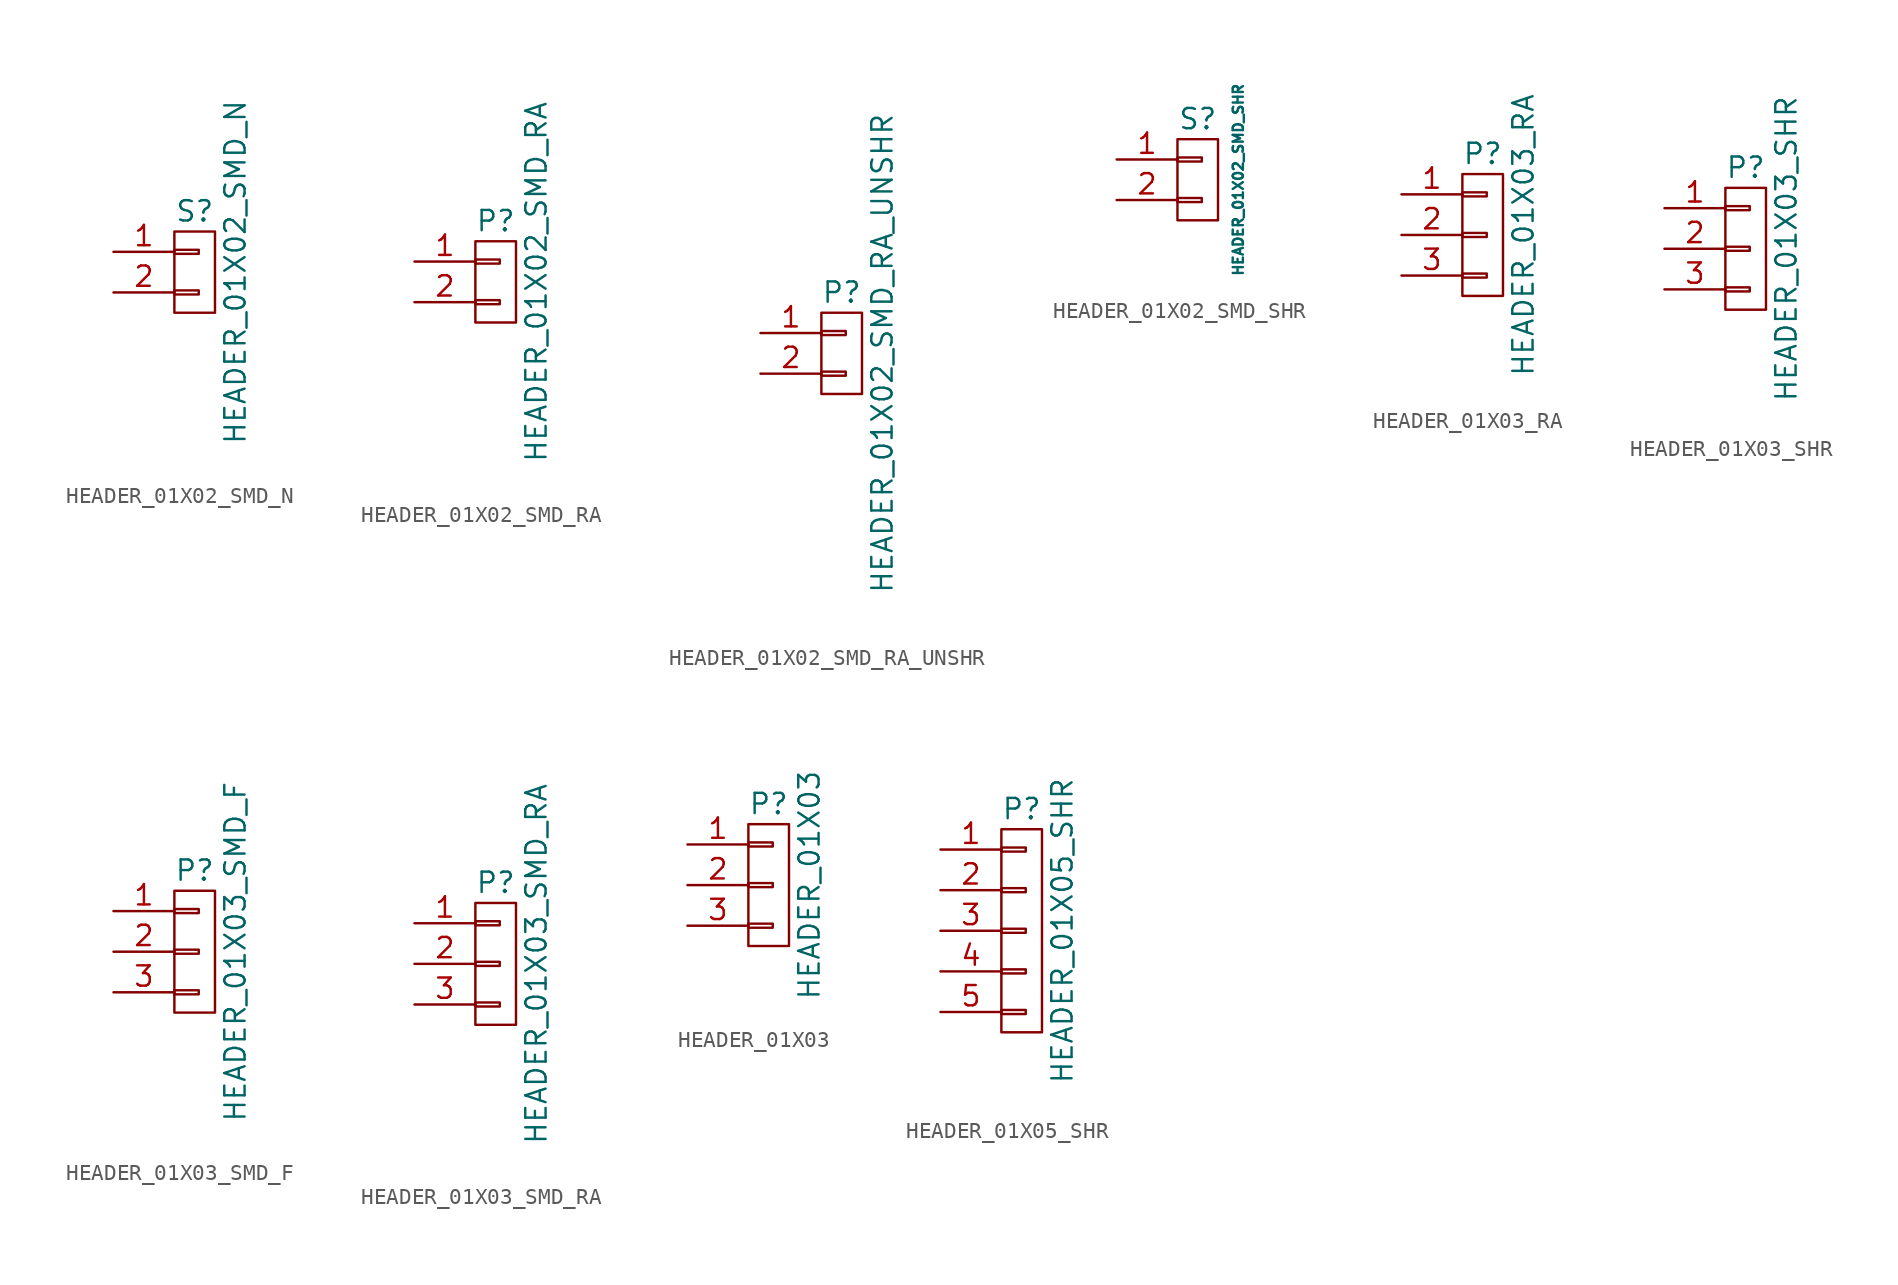
<source format=kicad_sym>
(kicad_symbol_lib
  (version 20211014)
  (generator kicad_symbol_editor)
  (symbol "HEADER_01X02_SMD_N"
    (pin_names
      (offset 1.016) hide)
    (property "Reference" "S"
      (at 0 3.81 0)
      (effects (font (size 1.27 1.27))))
    (property "Value" "HEADER_01X02_SMD_N"
      (at 2.54 0 90)
      (effects (font (size 1.27 1.27))))
    (property "Datasheet" ""
      (at 0 0 0)
      (effects (font (size 1.524 1.524))))
    (symbol "HEADER_01X02_SMD_N_0_1"
      (rectangle (start -1.27 -1.143) (end 0.254 -1.397) (stroke (width 0) (type default) (color 0 0 0 0)) (fill (type none)))
      (rectangle (start -1.27 1.397) (end 0.254 1.143) (stroke (width 0) (type default) (color 0 0 0 0)) (fill (type none)))
      (rectangle (start -1.27 2.54) (end 1.27 -2.54) (stroke (width 0) (type default) (color 0 0 0 0)) (fill (type none))))
    (symbol "HEADER_01X02_SMD_N_1_1"
      (pin passive line (at -5.08 1.27 0) (length 3.81) (name "P1" (effects (font (size 1.27 1.27)))) (number "1" (effects (font (size 1.27 1.27)))))
      (pin passive line (at -5.08 -1.27 0) (length 3.81) (name "P2" (effects (font (size 1.27 1.27)))) (number "2" (effects (font (size 1.27 1.27)))))))
  (symbol "HEADER_01X02_SMD_RA"
    (pin_names
      (offset 1.016) hide)
    (property "Reference" "P"
      (at 0 3.81 0)
      (effects (font (size 1.27 1.27))))
    (property "Value" "HEADER_01X02_SMD_RA"
      (at 2.54 0 90)
      (effects (font (size 1.27 1.27))))
    (property "Datasheet" ""
      (at 0 3.81 0)
      (effects (font (size 1.27 1.27))))
    (symbol "HEADER_01X02_SMD_RA_0_1"
      (rectangle (start -1.27 -1.143) (end 0.254 -1.397) (stroke (width 0) (type default) (color 0 0 0 0)) (fill (type none)))
      (rectangle (start -1.27 1.397) (end 0.254 1.143) (stroke (width 0) (type default) (color 0 0 0 0)) (fill (type none)))
      (rectangle (start -1.27 2.54) (end 1.27 -2.54) (stroke (width 0) (type default) (color 0 0 0 0)) (fill (type none))))
    (symbol "HEADER_01X02_SMD_RA_1_1"
      (pin passive line (at -5.08 1.27 0) (length 3.81) (name "P1" (effects (font (size 1.27 1.27)))) (number "1" (effects (font (size 1.27 1.27)))))
      (pin passive line (at -5.08 -1.27 0) (length 3.81) (name "P2" (effects (font (size 1.27 1.27)))) (number "2" (effects (font (size 1.27 1.27)))))))
  (symbol "HEADER_01X02_SMD_RA_UNSHR"
    (pin_names
      (offset 1.016) hide)
    (property "Reference" "P"
      (at 0 3.81 0)
      (effects (font (size 1.27 1.27))))
    (property "Value" "HEADER_01X02_SMD_RA_UNSHR"
      (at 2.54 0 90)
      (effects (font (size 1.27 1.27))))
    (property "Datasheet" ""
      (at 0 3.81 0)
      (effects (font (size 1.27 1.27))))
    (symbol "HEADER_01X02_SMD_RA_UNSHR_0_1"
      (rectangle (start -1.27 -1.143) (end 0.254 -1.397) (stroke (width 0) (type default) (color 0 0 0 0)) (fill (type none)))
      (rectangle (start -1.27 1.397) (end 0.254 1.143) (stroke (width 0) (type default) (color 0 0 0 0)) (fill (type none)))
      (rectangle (start -1.27 2.54) (end 1.27 -2.54) (stroke (width 0) (type default) (color 0 0 0 0)) (fill (type none))))
    (symbol "HEADER_01X02_SMD_RA_UNSHR_1_1"
      (pin passive line (at -5.08 1.27 0) (length 3.81) (name "P1" (effects (font (size 1.27 1.27)))) (number "1" (effects (font (size 1.27 1.27)))))
      (pin passive line (at -5.08 -1.27 0) (length 3.81) (name "P2" (effects (font (size 1.27 1.27)))) (number "2" (effects (font (size 1.27 1.27)))))))
  (symbol "HEADER_01X02_SMD_SHR"
    (pin_names
      (offset 1.016) hide)
    (property "Reference" "S"
      (at 0 3.81 0)
      (effects (font (size 1.27 1.27))))
    (property "Value" "HEADER_01X02_SMD_SHR"
      (at 2.54 0 90)
      (effects (font (size 0.635 0.635))))
    (property "Datasheet" ""
      (at 0 0 0)
      (effects (font (size 1.524 1.524))))
    (symbol "HEADER_01X02_SMD_SHR_0_1"
      (rectangle (start -1.27 -1.143) (end 0.254 -1.397) (stroke (width 0) (type default) (color 0 0 0 0)) (fill (type none)))
      (rectangle (start -1.27 1.397) (end 0.254 1.143) (stroke (width 0) (type default) (color 0 0 0 0)) (fill (type none)))
      (rectangle (start -1.27 2.54) (end 1.27 -2.54) (stroke (width 0) (type default) (color 0 0 0 0)) (fill (type none))))
    (symbol "HEADER_01X02_SMD_SHR_1_1"
      (pin passive line (at -5.08 1.27 0) (length 3.81) (name "P1" (effects (font (size 1.27 1.27)))) (number "1" (effects (font (size 1.27 1.27)))))
      (pin passive line (at -5.08 -1.27 0) (length 3.81) (name "P2" (effects (font (size 1.27 1.27)))) (number "2" (effects (font (size 1.27 1.27)))))))
  (symbol "HEADER_01X03_RA"
    (pin_names
      (offset 1.016) hide)
    (property "Reference" "P"
      (at 0 5.08 0)
      (effects (font (size 1.27 1.27))))
    (property "Value" "HEADER_01X03_RA"
      (at 2.54 0 90)
      (effects (font (size 1.27 1.27))))
    (property "Datasheet" ""
      (at 0 0 0)
      (effects (font (size 1.524 1.524))))
    (symbol "HEADER_01X03_RA_0_1"
      (rectangle (start -1.27 -2.413) (end 0.254 -2.667) (stroke (width 0) (type default) (color 0 0 0 0)) (fill (type none)))
      (rectangle (start -1.27 0.127) (end 0.254 -0.127) (stroke (width 0) (type default) (color 0 0 0 0)) (fill (type none)))
      (rectangle (start -1.27 2.667) (end 0.254 2.413) (stroke (width 0) (type default) (color 0 0 0 0)) (fill (type none)))
      (rectangle (start -1.27 3.81) (end 1.27 -3.81) (stroke (width 0) (type default) (color 0 0 0 0)) (fill (type none))))
    (symbol "HEADER_01X03_RA_1_1"
      (pin passive line (at -5.08 2.54 0) (length 3.81) (name "P1" (effects (font (size 1.27 1.27)))) (number "1" (effects (font (size 1.27 1.27)))))
      (pin passive line (at -5.08 0 0) (length 3.81) (name "P2" (effects (font (size 1.27 1.27)))) (number "2" (effects (font (size 1.27 1.27)))))
      (pin passive line (at -5.08 -2.54 0) (length 3.81) (name "P3" (effects (font (size 1.27 1.27)))) (number "3" (effects (font (size 1.27 1.27)))))))
  (symbol "HEADER_01X03_SHR"
    (pin_names
      (offset 1.016) hide)
    (property "Reference" "P"
      (at 0 5.08 0)
      (effects (font (size 1.27 1.27))))
    (property "Value" "HEADER_01X03_SHR"
      (at 2.54 0 90)
      (effects (font (size 1.27 1.27))))
    (property "Datasheet" ""
      (at 0 0 0)
      (effects (font (size 1.524 1.524))))
    (symbol "HEADER_01X03_SHR_0_1"
      (rectangle (start -1.27 -2.413) (end 0.254 -2.667) (stroke (width 0) (type default) (color 0 0 0 0)) (fill (type none)))
      (rectangle (start -1.27 0.127) (end 0.254 -0.127) (stroke (width 0) (type default) (color 0 0 0 0)) (fill (type none)))
      (rectangle (start -1.27 2.667) (end 0.254 2.413) (stroke (width 0) (type default) (color 0 0 0 0)) (fill (type none)))
      (rectangle (start -1.27 3.81) (end 1.27 -3.81) (stroke (width 0) (type default) (color 0 0 0 0)) (fill (type none))))
    (symbol "HEADER_01X03_SHR_1_1"
      (pin passive line (at -5.08 2.54 0) (length 3.81) (name "P1" (effects (font (size 1.27 1.27)))) (number "1" (effects (font (size 1.27 1.27)))))
      (pin passive line (at -5.08 0 0) (length 3.81) (name "P2" (effects (font (size 1.27 1.27)))) (number "2" (effects (font (size 1.27 1.27)))))
      (pin passive line (at -5.08 -2.54 0) (length 3.81) (name "P3" (effects (font (size 1.27 1.27)))) (number "3" (effects (font (size 1.27 1.27)))))))
  (symbol "HEADER_01X03_SMD_F"
    (pin_names
      (offset 1.016) hide)
    (property "Reference" "P"
      (at 0 5.08 0)
      (effects (font (size 1.27 1.27))))
    (property "Value" "HEADER_01X03_SMD_F"
      (at 2.54 0 90)
      (effects (font (size 1.27 1.27))))
    (property "Datasheet" ""
      (at 0 5.08 0)
      (effects (font (size 1.524 1.524))))
    (symbol "HEADER_01X03_SMD_F_0_1"
      (rectangle (start -1.27 -2.413) (end 0.254 -2.667) (stroke (width 0) (type default) (color 0 0 0 0)) (fill (type none)))
      (rectangle (start -1.27 0.127) (end 0.254 -0.127) (stroke (width 0) (type default) (color 0 0 0 0)) (fill (type none)))
      (rectangle (start -1.27 2.667) (end 0.254 2.413) (stroke (width 0) (type default) (color 0 0 0 0)) (fill (type none)))
      (rectangle (start -1.27 3.81) (end 1.27 -3.81) (stroke (width 0) (type default) (color 0 0 0 0)) (fill (type none))))
    (symbol "HEADER_01X03_SMD_F_1_1"
      (pin passive line (at -5.08 2.54 0) (length 3.81) (name "P1" (effects (font (size 1.27 1.27)))) (number "1" (effects (font (size 1.27 1.27)))))
      (pin passive line (at -5.08 0 0) (length 3.81) (name "P2" (effects (font (size 1.27 1.27)))) (number "2" (effects (font (size 1.27 1.27)))))
      (pin passive line (at -5.08 -2.54 0) (length 3.81) (name "P3" (effects (font (size 1.27 1.27)))) (number "3" (effects (font (size 1.27 1.27)))))))
  (symbol "HEADER_01X03_SMD_RA"
    (pin_names
      (offset 1.016) hide)
    (property "Reference" "P"
      (at 0 5.08 0)
      (effects (font (size 1.27 1.27))))
    (property "Value" "HEADER_01X03_SMD_RA"
      (at 2.54 0 90)
      (effects (font (size 1.27 1.27))))
    (property "Datasheet" ""
      (at 0 5.08 0)
      (effects (font (size 1.524 1.524))))
    (symbol "HEADER_01X03_SMD_RA_0_1"
      (rectangle (start -1.27 -2.413) (end 0.254 -2.667) (stroke (width 0) (type default) (color 0 0 0 0)) (fill (type none)))
      (rectangle (start -1.27 0.127) (end 0.254 -0.127) (stroke (width 0) (type default) (color 0 0 0 0)) (fill (type none)))
      (rectangle (start -1.27 2.667) (end 0.254 2.413) (stroke (width 0) (type default) (color 0 0 0 0)) (fill (type none)))
      (rectangle (start -1.27 3.81) (end 1.27 -3.81) (stroke (width 0) (type default) (color 0 0 0 0)) (fill (type none))))
    (symbol "HEADER_01X03_SMD_RA_1_1"
      (pin passive line (at -5.08 2.54 0) (length 3.81) (name "P1" (effects (font (size 1.27 1.27)))) (number "1" (effects (font (size 1.27 1.27)))))
      (pin passive line (at -5.08 0 0) (length 3.81) (name "P2" (effects (font (size 1.27 1.27)))) (number "2" (effects (font (size 1.27 1.27)))))
      (pin passive line (at -5.08 -2.54 0) (length 3.81) (name "P3" (effects (font (size 1.27 1.27)))) (number "3" (effects (font (size 1.27 1.27)))))))
  (symbol "HEADER_01X03"
    (pin_names
      (offset 1.016) hide)
    (property "Reference" "P"
      (at 0 5.08 0)
      (effects (font (size 1.27 1.27))))
    (property "Value" "HEADER_01X03"
      (at 2.54 0 90)
      (effects (font (size 1.27 1.27))))
    (property "Datasheet" ""
      (at 0 0 0)
      (effects (font (size 1.524 1.524))))
    (symbol "HEADER_01X03_0_1"
      (rectangle (start -1.27 -2.413) (end 0.254 -2.667) (stroke (width 0) (type default) (color 0 0 0 0)) (fill (type none)))
      (rectangle (start -1.27 0.127) (end 0.254 -0.127) (stroke (width 0) (type default) (color 0 0 0 0)) (fill (type none)))
      (rectangle (start -1.27 2.667) (end 0.254 2.413) (stroke (width 0) (type default) (color 0 0 0 0)) (fill (type none)))
      (rectangle (start -1.27 3.81) (end 1.27 -3.81) (stroke (width 0) (type default) (color 0 0 0 0)) (fill (type none))))
    (symbol "HEADER_01X03_1_1"
      (pin passive line (at -5.08 2.54 0) (length 3.81) (name "P1" (effects (font (size 1.27 1.27)))) (number "1" (effects (font (size 1.27 1.27)))))
      (pin passive line (at -5.08 0 0) (length 3.81) (name "P2" (effects (font (size 1.27 1.27)))) (number "2" (effects (font (size 1.27 1.27)))))
      (pin passive line (at -5.08 -2.54 0) (length 3.81) (name "P3" (effects (font (size 1.27 1.27)))) (number "3" (effects (font (size 1.27 1.27)))))))
  (symbol "HEADER_01X05_SHR"
    (pin_names
      (offset 1.016) hide)
    (property "Reference" "P"
      (at 0 7.62 0)
      (effects (font (size 1.27 1.27))))
    (property "Value" "HEADER_01X05_SHR"
      (at 2.54 0 90)
      (effects (font (size 1.27 1.27))))
    (property "Datasheet" ""
      (at 0 7.62 0)
      (effects (font (size 1.27 1.27))))
    (symbol "HEADER_01X05_SHR_0_1"
      (rectangle (start -1.27 -4.953) (end 0.254 -5.207) (stroke (width 0) (type default) (color 0 0 0 0)) (fill (type none)))
      (rectangle (start -1.27 -2.413) (end 0.254 -2.667) (stroke (width 0) (type default) (color 0 0 0 0)) (fill (type none)))
      (rectangle (start -1.27 0.127) (end 0.254 -0.127) (stroke (width 0) (type default) (color 0 0 0 0)) (fill (type none)))
      (rectangle (start -1.27 2.667) (end 0.254 2.413) (stroke (width 0) (type default) (color 0 0 0 0)) (fill (type none)))
      (rectangle (start -1.27 5.207) (end 0.254 4.953) (stroke (width 0) (type default) (color 0 0 0 0)) (fill (type none)))
      (rectangle (start -1.27 6.35) (end 1.27 -6.35) (stroke (width 0) (type default) (color 0 0 0 0)) (fill (type none))))
    (symbol "HEADER_01X05_SHR_1_1"
      (pin passive line (at -5.08 5.08 0) (length 3.81) (name "P1" (effects (font (size 1.27 1.27)))) (number "1" (effects (font (size 1.27 1.27)))))
      (pin passive line (at -5.08 2.54 0) (length 3.81) (name "P2" (effects (font (size 1.27 1.27)))) (number "2" (effects (font (size 1.27 1.27)))))
      (pin passive line (at -5.08 0 0) (length 3.81) (name "P3" (effects (font (size 1.27 1.27)))) (number "3" (effects (font (size 1.27 1.27)))))
      (pin passive line (at -5.08 -2.54 0) (length 3.81) (name "P4" (effects (font (size 1.27 1.27)))) (number "4" (effects (font (size 1.27 1.27)))))
      (pin passive line (at -5.08 -5.08 0) (length 3.81) (name "P5" (effects (font (size 1.27 1.27)))) (number "5" (effects (font (size 1.27 1.27))))))))
</source>
